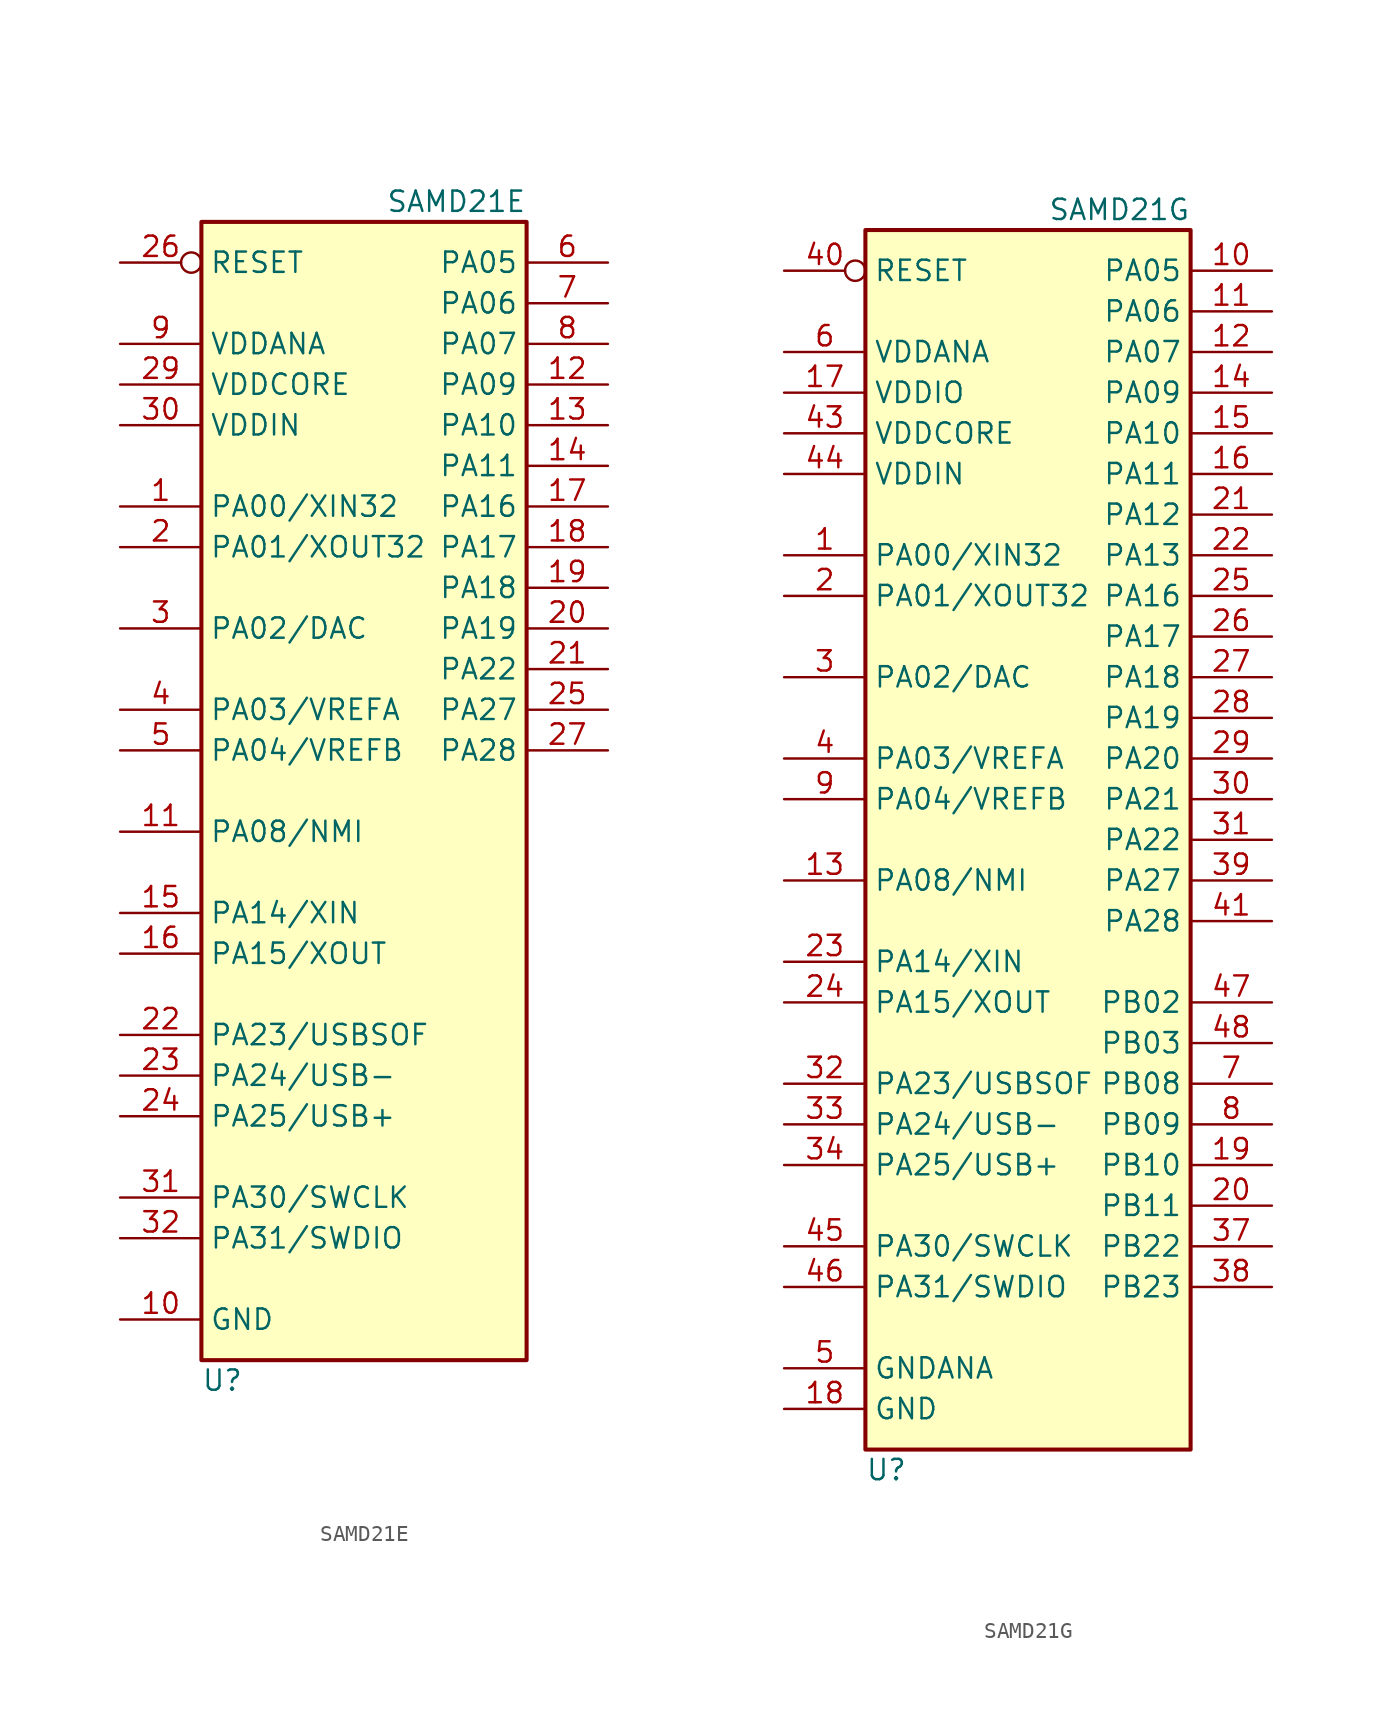
<source format=kicad_sym>
(kicad_symbol_lib
  (version 20211014)
  (generator kicad_symbol_editor)
  (symbol "SAMD21E"
    (property "Reference" "U"
      (at -8.89 -36.83 0)
      (effects (font (size 1.27 1.27)) (justify left)))
    (property "Value" "SAMD21E"
      (at 11.43 36.83 0)
      (effects (font (size 1.27 1.27)) (justify right)))
    (symbol "SAMD21E_0_0"
      (rectangle (start -8.89 35.56) (end 11.43 -35.56) (stroke (width 0.254) (type default) (color 0 0 0 0)) (fill (type background))))
    (symbol "SAMD21E_1_1"
      (pin bidirectional line (at -13.97 17.78 0) (length 5.08) (name "PA00/XIN32" (effects (font (size 1.27 1.27)))) (number "1" (effects (font (size 1.27 1.27)))))
      (pin power_in line (at -13.97 -33.02 0) (length 5.08) (name "GND" (effects (font (size 1.27 1.27)))) (number "10" (effects (font (size 1.27 1.27)))))
      (pin bidirectional line (at -13.97 -2.54 0) (length 5.08) (name "PA08/NMI" (effects (font (size 1.27 1.27)))) (number "11" (effects (font (size 1.27 1.27)))))
      (pin bidirectional line (at 16.51 25.4 180) (length 5.08) (name "PA09" (effects (font (size 1.27 1.27)))) (number "12" (effects (font (size 1.27 1.27)))))
      (pin bidirectional line (at 16.51 22.86 180) (length 5.08) (name "PA10" (effects (font (size 1.27 1.27)))) (number "13" (effects (font (size 1.27 1.27)))))
      (pin bidirectional line (at 16.51 20.32 180) (length 5.08) (name "PA11" (effects (font (size 1.27 1.27)))) (number "14" (effects (font (size 1.27 1.27)))))
      (pin bidirectional line (at -13.97 -7.62 0) (length 5.08) (name "PA14/XIN" (effects (font (size 1.27 1.27)))) (number "15" (effects (font (size 1.27 1.27)))))
      (pin bidirectional line (at -13.97 -10.16 0) (length 5.08) (name "PA15/XOUT" (effects (font (size 1.27 1.27)))) (number "16" (effects (font (size 1.27 1.27)))))
      (pin bidirectional line (at 16.51 17.78 180) (length 5.08) (name "PA16" (effects (font (size 1.27 1.27)))) (number "17" (effects (font (size 1.27 1.27)))))
      (pin bidirectional line (at 16.51 15.24 180) (length 5.08) (name "PA17" (effects (font (size 1.27 1.27)))) (number "18" (effects (font (size 1.27 1.27)))))
      (pin bidirectional line (at 16.51 12.7 180) (length 5.08) (name "PA18" (effects (font (size 1.27 1.27)))) (number "19" (effects (font (size 1.27 1.27)))))
      (pin bidirectional line (at -13.97 15.24 0) (length 5.08) (name "PA01/XOUT32" (effects (font (size 1.27 1.27)))) (number "2" (effects (font (size 1.27 1.27)))))
      (pin bidirectional line (at 16.51 10.16 180) (length 5.08) (name "PA19" (effects (font (size 1.27 1.27)))) (number "20" (effects (font (size 1.27 1.27)))))
      (pin bidirectional line (at 16.51 7.62 180) (length 5.08) (name "PA22" (effects (font (size 1.27 1.27)))) (number "21" (effects (font (size 1.27 1.27)))))
      (pin bidirectional line (at -13.97 -15.24 0) (length 5.08) (name "PA23/USBSOF" (effects (font (size 1.27 1.27)))) (number "22" (effects (font (size 1.27 1.27)))))
      (pin bidirectional line (at -13.97 -17.78 0) (length 5.08) (name "PA24/USB-" (effects (font (size 1.27 1.27)))) (number "23" (effects (font (size 1.27 1.27)))))
      (pin bidirectional line (at -13.97 -20.32 0) (length 5.08) (name "PA25/USB+" (effects (font (size 1.27 1.27)))) (number "24" (effects (font (size 1.27 1.27)))))
      (pin bidirectional line (at 16.51 5.08 180) (length 5.08) (name "PA27" (effects (font (size 1.27 1.27)))) (number "25" (effects (font (size 1.27 1.27)))))
      (pin input inverted (at -13.97 33.02 0) (length 5.08) (name "RESET" (effects (font (size 1.27 1.27)))) (number "26" (effects (font (size 1.27 1.27)))))
      (pin bidirectional line (at 16.51 2.54 180) (length 5.08) (name "PA28" (effects (font (size 1.27 1.27)))) (number "27" (effects (font (size 1.27 1.27)))))
      (pin passive line (at -13.97 -33.02 0) (length 5.08) hide (name "GND" (effects (font (size 1.27 1.27)))) (number "28" (effects (font (size 1.27 1.27)))))
      (pin power_out line (at -13.97 25.4 0) (length 5.08) (name "VDDCORE" (effects (font (size 1.27 1.27)))) (number "29" (effects (font (size 1.27 1.27)))))
      (pin bidirectional line (at -13.97 10.16 0) (length 5.08) (name "PA02/DAC" (effects (font (size 1.27 1.27)))) (number "3" (effects (font (size 1.27 1.27)))))
      (pin power_in line (at -13.97 22.86 0) (length 5.08) (name "VDDIN" (effects (font (size 1.27 1.27)))) (number "30" (effects (font (size 1.27 1.27)))))
      (pin bidirectional line (at -13.97 -25.4 0) (length 5.08) (name "PA30/SWCLK" (effects (font (size 1.27 1.27)))) (number "31" (effects (font (size 1.27 1.27)))))
      (pin bidirectional line (at -13.97 -27.94 0) (length 5.08) (name "PA31/SWDIO" (effects (font (size 1.27 1.27)))) (number "32" (effects (font (size 1.27 1.27)))))
      (pin bidirectional line (at -13.97 5.08 0) (length 5.08) (name "PA03/VREFA" (effects (font (size 1.27 1.27)))) (number "4" (effects (font (size 1.27 1.27)))))
      (pin bidirectional line (at -13.97 2.54 0) (length 5.08) (name "PA04/VREFB" (effects (font (size 1.27 1.27)))) (number "5" (effects (font (size 1.27 1.27)))))
      (pin bidirectional line (at 16.51 33.02 180) (length 5.08) (name "PA05" (effects (font (size 1.27 1.27)))) (number "6" (effects (font (size 1.27 1.27)))))
      (pin bidirectional line (at 16.51 30.48 180) (length 5.08) (name "PA06" (effects (font (size 1.27 1.27)))) (number "7" (effects (font (size 1.27 1.27)))))
      (pin bidirectional line (at 16.51 27.94 180) (length 5.08) (name "PA07" (effects (font (size 1.27 1.27)))) (number "8" (effects (font (size 1.27 1.27)))))
      (pin power_in line (at -13.97 27.94 0) (length 5.08) (name "VDDANA" (effects (font (size 1.27 1.27)))) (number "9" (effects (font (size 1.27 1.27)))))))
  (symbol "SAMD21G"
    (property "Reference" "U"
      (at -10.16 -39.37 0)
      (effects (font (size 1.27 1.27)) (justify left)))
    (property "Value" "SAMD21G"
      (at 10.16 39.37 0)
      (effects (font (size 1.27 1.27)) (justify right)))
    (symbol "SAMD21G_0_0"
      (rectangle (start -10.16 38.1) (end 10.16 -38.1) (stroke (width 0.254) (type default) (color 0 0 0 0)) (fill (type background))))
    (symbol "SAMD21G_1_1"
      (pin passive line (at -15.24 17.78 0) (length 5.08) (name "PA00/XIN32" (effects (font (size 1.27 1.27)))) (number "1" (effects (font (size 1.27 1.27)))))
      (pin passive line (at 15.24 35.56 180) (length 5.08) (name "PA05" (effects (font (size 1.27 1.27)))) (number "10" (effects (font (size 1.27 1.27)))))
      (pin passive line (at 15.24 33.02 180) (length 5.08) (name "PA06" (effects (font (size 1.27 1.27)))) (number "11" (effects (font (size 1.27 1.27)))))
      (pin passive line (at 15.24 30.48 180) (length 5.08) (name "PA07" (effects (font (size 1.27 1.27)))) (number "12" (effects (font (size 1.27 1.27)))))
      (pin passive line (at -15.24 -2.54 0) (length 5.08) (name "PA08/NMI" (effects (font (size 1.27 1.27)))) (number "13" (effects (font (size 1.27 1.27)))))
      (pin passive line (at 15.24 27.94 180) (length 5.08) (name "PA09" (effects (font (size 1.27 1.27)))) (number "14" (effects (font (size 1.27 1.27)))))
      (pin passive line (at 15.24 25.4 180) (length 5.08) (name "PA10" (effects (font (size 1.27 1.27)))) (number "15" (effects (font (size 1.27 1.27)))))
      (pin passive line (at 15.24 22.86 180) (length 5.08) (name "PA11" (effects (font (size 1.27 1.27)))) (number "16" (effects (font (size 1.27 1.27)))))
      (pin power_in line (at -15.24 27.94 0) (length 5.08) (name "VDDIO" (effects (font (size 1.27 1.27)))) (number "17" (effects (font (size 1.27 1.27)))))
      (pin power_in line (at -15.24 -35.56 0) (length 5.08) (name "GND" (effects (font (size 1.27 1.27)))) (number "18" (effects (font (size 1.27 1.27)))))
      (pin passive line (at 15.24 -20.32 180) (length 5.08) (name "PB10" (effects (font (size 1.27 1.27)))) (number "19" (effects (font (size 1.27 1.27)))))
      (pin passive line (at -15.24 15.24 0) (length 5.08) (name "PA01/XOUT32" (effects (font (size 1.27 1.27)))) (number "2" (effects (font (size 1.27 1.27)))))
      (pin passive line (at 15.24 -22.86 180) (length 5.08) (name "PB11" (effects (font (size 1.27 1.27)))) (number "20" (effects (font (size 1.27 1.27)))))
      (pin passive line (at 15.24 20.32 180) (length 5.08) (name "PA12" (effects (font (size 1.27 1.27)))) (number "21" (effects (font (size 1.27 1.27)))))
      (pin passive line (at 15.24 17.78 180) (length 5.08) (name "PA13" (effects (font (size 1.27 1.27)))) (number "22" (effects (font (size 1.27 1.27)))))
      (pin passive line (at -15.24 -7.62 0) (length 5.08) (name "PA14/XIN" (effects (font (size 1.27 1.27)))) (number "23" (effects (font (size 1.27 1.27)))))
      (pin passive line (at -15.24 -10.16 0) (length 5.08) (name "PA15/XOUT" (effects (font (size 1.27 1.27)))) (number "24" (effects (font (size 1.27 1.27)))))
      (pin passive line (at 15.24 15.24 180) (length 5.08) (name "PA16" (effects (font (size 1.27 1.27)))) (number "25" (effects (font (size 1.27 1.27)))))
      (pin passive line (at 15.24 12.7 180) (length 5.08) (name "PA17" (effects (font (size 1.27 1.27)))) (number "26" (effects (font (size 1.27 1.27)))))
      (pin passive line (at 15.24 10.16 180) (length 5.08) (name "PA18" (effects (font (size 1.27 1.27)))) (number "27" (effects (font (size 1.27 1.27)))))
      (pin passive line (at 15.24 7.62 180) (length 5.08) (name "PA19" (effects (font (size 1.27 1.27)))) (number "28" (effects (font (size 1.27 1.27)))))
      (pin passive line (at 15.24 5.08 180) (length 5.08) (name "PA20" (effects (font (size 1.27 1.27)))) (number "29" (effects (font (size 1.27 1.27)))))
      (pin passive line (at -15.24 10.16 0) (length 5.08) (name "PA02/DAC" (effects (font (size 1.27 1.27)))) (number "3" (effects (font (size 1.27 1.27)))))
      (pin passive line (at 15.24 2.54 180) (length 5.08) (name "PA21" (effects (font (size 1.27 1.27)))) (number "30" (effects (font (size 1.27 1.27)))))
      (pin passive line (at 15.24 0 180) (length 5.08) (name "PA22" (effects (font (size 1.27 1.27)))) (number "31" (effects (font (size 1.27 1.27)))))
      (pin passive line (at -15.24 -15.24 0) (length 5.08) (name "PA23/USBSOF" (effects (font (size 1.27 1.27)))) (number "32" (effects (font (size 1.27 1.27)))))
      (pin passive line (at -15.24 -17.78 0) (length 5.08) (name "PA24/USB-" (effects (font (size 1.27 1.27)))) (number "33" (effects (font (size 1.27 1.27)))))
      (pin passive line (at -15.24 -20.32 0) (length 5.08) (name "PA25/USB+" (effects (font (size 1.27 1.27)))) (number "34" (effects (font (size 1.27 1.27)))))
      (pin passive line (at -15.24 -35.56 0) (length 5.08) hide (name "GND" (effects (font (size 1.27 1.27)))) (number "35" (effects (font (size 1.27 1.27)))))
      (pin passive line (at -15.24 27.94 0) (length 5.08) hide (name "VDDIO" (effects (font (size 1.27 1.27)))) (number "36" (effects (font (size 1.27 1.27)))))
      (pin passive line (at 15.24 -25.4 180) (length 5.08) (name "PB22" (effects (font (size 1.27 1.27)))) (number "37" (effects (font (size 1.27 1.27)))))
      (pin passive line (at 15.24 -27.94 180) (length 5.08) (name "PB23" (effects (font (size 1.27 1.27)))) (number "38" (effects (font (size 1.27 1.27)))))
      (pin passive line (at 15.24 -2.54 180) (length 5.08) (name "PA27" (effects (font (size 1.27 1.27)))) (number "39" (effects (font (size 1.27 1.27)))))
      (pin passive line (at -15.24 5.08 0) (length 5.08) (name "PA03/VREFA" (effects (font (size 1.27 1.27)))) (number "4" (effects (font (size 1.27 1.27)))))
      (pin input inverted (at -15.24 35.56 0) (length 5.08) (name "RESET" (effects (font (size 1.27 1.27)))) (number "40" (effects (font (size 1.27 1.27)))))
      (pin passive line (at 15.24 -5.08 180) (length 5.08) (name "PA28" (effects (font (size 1.27 1.27)))) (number "41" (effects (font (size 1.27 1.27)))))
      (pin passive line (at -15.24 -35.56 0) (length 5.08) hide (name "GND" (effects (font (size 1.27 1.27)))) (number "42" (effects (font (size 1.27 1.27)))))
      (pin power_out line (at -15.24 25.4 0) (length 5.08) (name "VDDCORE" (effects (font (size 1.27 1.27)))) (number "43" (effects (font (size 1.27 1.27)))))
      (pin power_in line (at -15.24 22.86 0) (length 5.08) (name "VDDIN" (effects (font (size 1.27 1.27)))) (number "44" (effects (font (size 1.27 1.27)))))
      (pin passive line (at -15.24 -25.4 0) (length 5.08) (name "PA30/SWCLK" (effects (font (size 1.27 1.27)))) (number "45" (effects (font (size 1.27 1.27)))))
      (pin passive line (at -15.24 -27.94 0) (length 5.08) (name "PA31/SWDIO" (effects (font (size 1.27 1.27)))) (number "46" (effects (font (size 1.27 1.27)))))
      (pin passive line (at 15.24 -10.16 180) (length 5.08) (name "PB02" (effects (font (size 1.27 1.27)))) (number "47" (effects (font (size 1.27 1.27)))))
      (pin passive line (at 15.24 -12.7 180) (length 5.08) (name "PB03" (effects (font (size 1.27 1.27)))) (number "48" (effects (font (size 1.27 1.27)))))
      (pin power_in line (at -15.24 -33.02 0) (length 5.08) (name "GNDANA" (effects (font (size 1.27 1.27)))) (number "5" (effects (font (size 1.27 1.27)))))
      (pin power_in line (at -15.24 30.48 0) (length 5.08) (name "VDDANA" (effects (font (size 1.27 1.27)))) (number "6" (effects (font (size 1.27 1.27)))))
      (pin passive line (at 15.24 -15.24 180) (length 5.08) (name "PB08" (effects (font (size 1.27 1.27)))) (number "7" (effects (font (size 1.27 1.27)))))
      (pin passive line (at 15.24 -17.78 180) (length 5.08) (name "PB09" (effects (font (size 1.27 1.27)))) (number "8" (effects (font (size 1.27 1.27)))))
      (pin passive line (at -15.24 2.54 0) (length 5.08) (name "PA04/VREFB" (effects (font (size 1.27 1.27)))) (number "9" (effects (font (size 1.27 1.27))))))))
</source>
